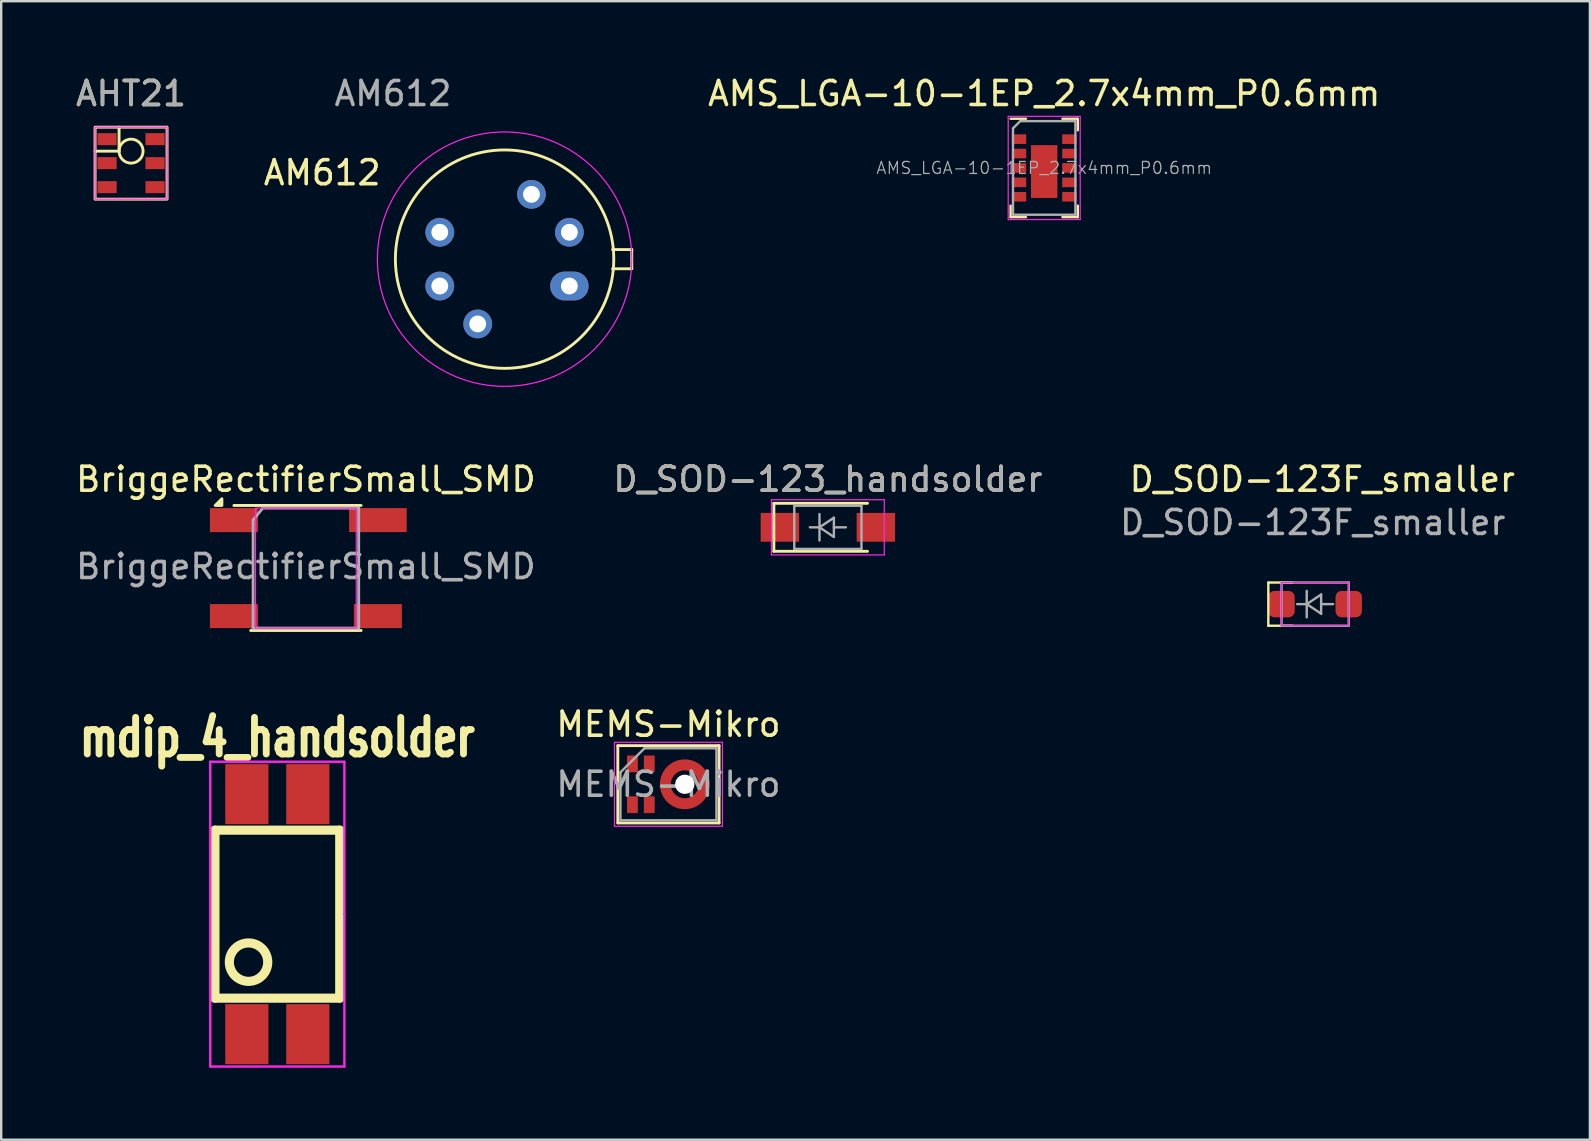
<source format=kicad_pcb>
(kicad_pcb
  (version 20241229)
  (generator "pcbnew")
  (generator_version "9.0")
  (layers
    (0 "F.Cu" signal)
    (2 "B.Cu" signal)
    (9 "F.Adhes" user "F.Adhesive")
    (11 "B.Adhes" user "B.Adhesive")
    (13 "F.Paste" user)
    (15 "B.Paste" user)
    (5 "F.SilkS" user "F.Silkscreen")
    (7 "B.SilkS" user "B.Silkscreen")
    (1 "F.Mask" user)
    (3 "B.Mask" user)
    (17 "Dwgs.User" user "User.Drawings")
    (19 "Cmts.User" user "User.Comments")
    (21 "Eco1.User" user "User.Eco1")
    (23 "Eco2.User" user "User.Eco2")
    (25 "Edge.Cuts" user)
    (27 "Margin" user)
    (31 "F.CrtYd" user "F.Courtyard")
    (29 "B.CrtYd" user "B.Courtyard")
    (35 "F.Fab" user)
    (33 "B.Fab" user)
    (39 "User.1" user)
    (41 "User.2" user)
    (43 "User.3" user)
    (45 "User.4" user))
  (footprint "D_SOD-123F_smaller"
    (layer "F.Cu")
    (at 51.749 22.122)
    (property "Reference" "D_SOD-123F_smaller" (at 0.3 -5.2 0) (layer "F.SilkS") (effects (font (size 1 1) (thickness 0.15))))
    (attr smd)
    (fp_line (start -1.95 -0.9) (end -1.95 0.9) (stroke (width 0.1) (type default)) (layer "F.SilkS"))
    (fp_line (start -1.95 0.9) (end -0.95 0.9) (stroke (width 0.1) (type default)) (layer "F.SilkS"))
    (fp_line (start -0.95 -0.9) (end -1.95 -0.9) (stroke (width 0.1) (type default)) (layer "F.SilkS"))
    (fp_rect (start -1.4 -0.9) (end 1.4 0.9) (stroke (width 0.05) (type default)) (fill no) (layer "F.CrtYd"))
    (fp_line (start -1.4 -0.9) (end 1.4 -0.9) (stroke (width 0.1) (type solid)) (layer "F.Fab"))
    (fp_line (start -1.4 0.9) (end -1.4 -0.9) (stroke (width 0.1) (type solid)) (layer "F.Fab"))
    (fp_line (start -0.75 0) (end -0.35 0) (stroke (width 0.1) (type solid)) (layer "F.Fab"))
    (fp_line (start -0.35 0) (end -0.35 -0.55) (stroke (width 0.1) (type solid)) (layer "F.Fab"))
    (fp_line (start -0.35 0) (end -0.35 0.55) (stroke (width 0.1) (type solid)) (layer "F.Fab"))
    (fp_line (start -0.35 0) (end 0.25 -0.4) (stroke (width 0.1) (type solid)) (layer "F.Fab"))
    (fp_line (start 0.25 -0.4) (end 0.25 0.4) (stroke (width 0.1) (type solid)) (layer "F.Fab"))
    (fp_line (start 0.25 0) (end 0.75 0) (stroke (width 0.1) (type solid)) (layer "F.Fab"))
    (fp_line (start 0.25 0.4) (end -0.35 0) (stroke (width 0.1) (type solid)) (layer "F.Fab"))
    (fp_line (start 1.4 -0.9) (end 1.4 0.9) (stroke (width 0.1) (type solid)) (layer "F.Fab"))
    (fp_line (start 1.4 0.9) (end -1.4 0.9) (stroke (width 0.1) (type solid)) (layer "F.Fab"))
    (fp_text user "${REFERENCE}" (at -0.1 -3.4 0) (layer "F.Fab") (effects (font (size 1 1) (thickness 0.15))))
    (pad "1" smd roundrect (at -1.4 0) (size 1.1 1.1) (layers "F.Cu" "F.Mask" "F.Paste") (roundrect_rratio 0.227))
    (pad "2" smd roundrect (at 1.4 0) (size 1.1 1.1) (layers "F.Cu" "F.Mask" "F.Paste") (roundrect_rratio 0.227)))
  (footprint "AM612"
    (layer "F.Cu")
    (at 17.975 7.748)
    (property "Reference" "AM612" (at -7.6 -3.6 0) (unlocked yes) (layer "F.SilkS") (effects (font (size 1 1) (thickness 0.15))))
    (attr through_hole)
    (fp_line (start 4.5 -0.4) (end 5.3 -0.4) (stroke (width 0.12) (type solid)) (layer "F.SilkS"))
    (fp_line (start 5.3 -0.4) (end 5.3 0.4) (stroke (width 0.12) (type solid)) (layer "F.SilkS"))
    (fp_line (start 5.3 0.4) (end 4.5 0.4) (stroke (width 0.12) (type solid)) (layer "F.SilkS"))
    (fp_circle (center 0 0) (end 0 -4.55) (stroke (width 0.12) (type solid)) (fill no) (layer "F.SilkS"))
    (fp_circle (center 0 0) (end 0 -5.3) (stroke (width 0.05) (type solid)) (fill no) (layer "F.CrtYd"))
    (fp_text user "${REFERENCE}" (at -4.65 -6.9 0) (unlocked yes) (layer "F.Fab") (effects (font (size 1 1) (thickness 0.15))))
    (pad "1" thru_hole oval (at 2.7 1.12) (size 1.6 1.2) (drill 0.7) (layers "*.Cu" "*.Mask"))
    (pad "2" thru_hole circle (at 2.7 -1.12) (size 1.2 1.2) (drill 0.7) (layers "*.Cu" "*.Mask"))
    (pad "3" thru_hole circle (at 1.12 -2.7) (size 1.2 1.2) (drill 0.7) (layers "*.Cu" "*.Mask"))
    (pad "4" thru_hole circle (at -2.7 -1.12) (size 1.2 1.2) (drill 0.7) (layers "*.Cu" "*.Mask"))
    (pad "5" thru_hole circle (at -2.7 1.12) (size 1.2 1.2) (drill 0.7) (layers "*.Cu" "*.Mask"))
    (pad "6" thru_hole circle (at -1.12 2.7) (size 1.2 1.2) (drill 0.7) (layers "*.Cu" "*.Mask")))
  (footprint "AMS_LGA-10-1EP_2.7x4mm_P0.6mm"
    (layer "F.Cu")
    (at 40.46 3.948)
    (property "Reference" "AMS_LGA-10-1EP_2.7x4mm_P0.6mm" (at 0 -3.1 0) (layer "F.SilkS") (effects (font (size 1 1) (thickness 0.15))))
    (attr smd)
    (fp_line (start -1.4 -2.05) (end -0.76 -2.05) (stroke (width 0.1) (type solid)) (layer "F.SilkS"))
    (fp_line (start -1.4 1.57) (end -1.4 2.05) (stroke (width 0.1) (type solid)) (layer "F.SilkS"))
    (fp_line (start -1.4 2.05) (end -0.76 2.05) (stroke (width 0.1) (type solid)) (layer "F.SilkS"))
    (fp_line (start 0.76 -2.05) (end 1.4 -2.05) (stroke (width 0.1) (type solid)) (layer "F.SilkS"))
    (fp_line (start 0.76 2.05) (end 1.4 2.05) (stroke (width 0.1) (type solid)) (layer "F.SilkS"))
    (fp_line (start 1.4 -2.05) (end 1.4 -1.57) (stroke (width 0.1) (type solid)) (layer "F.SilkS"))
    (fp_line (start 1.4 1.57) (end 1.4 2.05) (stroke (width 0.1) (type solid)) (layer "F.SilkS"))
    (fp_line (start -1.5 -2.15) (end 1.5 -2.15) (stroke (width 0.05) (type solid)) (layer "F.CrtYd"))
    (fp_line (start -1.5 2.15) (end -1.5 -2.15) (stroke (width 0.05) (type solid)) (layer "F.CrtYd"))
    (fp_line (start 1.5 -2.15) (end 1.5 2.15) (stroke (width 0.05) (type solid)) (layer "F.CrtYd"))
    (fp_line (start 1.5 2.15) (end -1.5 2.15) (stroke (width 0.05) (type solid)) (layer "F.CrtYd"))
    (fp_line (start -1.3 -1.65) (end -1 -1.95) (stroke (width 0.1) (type solid)) (layer "F.Fab"))
    (fp_line (start -1.3 1.95) (end -1.3 -1.65) (stroke (width 0.1) (type solid)) (layer "F.Fab"))
    (fp_line (start -1 -1.95) (end 1.3 -1.95) (stroke (width 0.1) (type solid)) (layer "F.Fab"))
    (fp_line (start 1.3 -1.95) (end 1.3 1.95) (stroke (width 0.1) (type solid)) (layer "F.Fab"))
    (fp_line (start 1.3 1.95) (end -1.3 1.95) (stroke (width 0.1) (type solid)) (layer "F.Fab"))
    (fp_text user "${REFERENCE}" (at 0 0 0) (layer "F.Fab") (effects (font (size 0.5 0.5) (thickness 0.05))))
    (pad "1" smd rect (at -1.05 -1.2) (size 0.6 0.4) (layers "F.Cu" "F.Mask" "F.Paste"))
    (pad "2" smd rect (at -1.05 -0.6) (size 0.6 0.4) (layers "F.Cu" "F.Mask" "F.Paste"))
    (pad "3" smd rect (at -1.05 0) (size 0.6 0.4) (layers "F.Cu" "F.Mask" "F.Paste"))
    (pad "4" smd rect (at -1.05 0.6) (size 0.6 0.4) (layers "F.Cu" "F.Mask" "F.Paste"))
    (pad "5" smd rect (at -1.05 1.2) (size 0.6 0.4) (layers "F.Cu" "F.Mask" "F.Paste"))
    (pad "6" smd rect (at 1.05 1.2) (size 0.6 0.4) (layers "F.Cu" "F.Mask" "F.Paste"))
    (pad "7" smd rect (at 1.05 0.6) (size 0.6 0.4) (layers "F.Cu" "F.Mask" "F.Paste"))
    (pad "8" smd rect (at 1.05 0) (size 0.6 0.4) (layers "F.Cu" "F.Mask" "F.Paste"))
    (pad "9" smd rect (at 1.05 -0.6) (size 0.6 0.4) (layers "F.Cu" "F.Mask" "F.Paste"))
    (pad "10" smd rect (at 1.05 -1.2) (size 0.6 0.4) (layers "F.Cu" "F.Mask" "F.Paste"))
    (pad "11" smd rect (at 0 0.15) (size 1.1 2.2) (layers "F.Cu" "F.Mask" "F.Paste")))
  (footprint "AHT21"
    (layer "F.Cu")
    (at 2.411 3.748)
    (property "Reference" "AHT21" (at 0 -2.9 0) (unlocked yes) (layer "F.SilkS") (effects (font (size 1 1) (thickness 0.15))))
    (attr smd)
    (fp_line (start -1.5 -0.5) (end -0.5 -0.5) (stroke (width 0.12) (type solid)) (layer "F.SilkS"))
    (fp_line (start -0.5 -0.5) (end -0.5 -1.5) (stroke (width 0.12) (type solid)) (layer "F.SilkS"))
    (fp_rect (start -1.5 -1.5) (end 1.5 1.5) (stroke (width 0.12) (type solid)) (fill no) (layer "F.SilkS"))
    (fp_circle (center 0 -0.5) (end 0 -1) (stroke (width 0.12) (type solid)) (fill no) (layer "F.SilkS"))
    (fp_rect (start -1.5 -1.5) (end 1.5 1.5) (stroke (width 0.05) (type solid)) (fill no) (layer "F.CrtYd"))
    (fp_text user "${REFERENCE}" (at 0 -2.9 0) (unlocked yes) (layer "F.Fab") (effects (font (size 1 1) (thickness 0.15))))
    (pad "1" smd rect (at -1 -1) (size 0.8 0.5) (layers "F.Cu" "F.Mask" "F.Paste"))
    (pad "2" smd rect (at -1 0) (size 0.8 0.5) (layers "F.Cu" "F.Mask" "F.Paste"))
    (pad "3" smd rect (at -1 1) (size 0.8 0.5) (layers "F.Cu" "F.Mask" "F.Paste"))
    (pad "4" smd rect (at 1 1) (size 0.8 0.5) (layers "F.Cu" "F.Mask" "F.Paste"))
    (pad "5" smd rect (at 1 0) (size 0.8 0.5) (layers "F.Cu" "F.Mask" "F.Paste"))
    (pad "6" smd rect (at 1 -1) (size 0.8 0.5) (layers "F.Cu" "F.Mask" "F.Paste")))
  (footprint "MEMS-Mikro"
    (layer "F.Cu")
    (at 24.803 29.63)
    (property "Reference" "MEMS-Mikro" (at 0 -2.5 0) (layer "F.SilkS") (effects (font (size 1 1) (thickness 0.15))))
    (attr smd)
    (fp_line (start -2.11 -1.61) (end 2.11 -1.61) (stroke (width 0.12) (type solid)) (layer "F.SilkS"))
    (fp_line (start -2.11 1.61) (end -2.11 -1.61) (stroke (width 0.12) (type solid)) (layer "F.SilkS"))
    (fp_line (start 2.11 -1.61) (end 2.11 1.61) (stroke (width 0.12) (type solid)) (layer "F.SilkS"))
    (fp_line (start 2.11 1.61) (end -2.11 1.61) (stroke (width 0.12) (type solid)) (layer "F.SilkS"))
    (fp_line (start -2.25 -1.75) (end 2.25 -1.75) (stroke (width 0.05) (type solid)) (layer "F.CrtYd"))
    (fp_line (start -2.25 1.75) (end -2.25 -1.75) (stroke (width 0.05) (type solid)) (layer "F.CrtYd"))
    (fp_line (start 2.25 -1.75) (end 2.25 1.75) (stroke (width 0.05) (type solid)) (layer "F.CrtYd"))
    (fp_line (start 2.25 1.75) (end -2.25 1.75) (stroke (width 0.05) (type solid)) (layer "F.CrtYd"))
    (fp_line (start -2 -0.5) (end -1 -1.5) (stroke (width 0.1) (type solid)) (layer "F.Fab"))
    (fp_line (start -2 1.5) (end -2 -0.5) (stroke (width 0.1) (type solid)) (layer "F.Fab"))
    (fp_line (start -1 -1.5) (end 2 -1.5) (stroke (width 0.1) (type solid)) (layer "F.Fab"))
    (fp_line (start 2 -1.5) (end 2 1.5) (stroke (width 0.1) (type solid)) (layer "F.Fab"))
    (fp_line (start 2 1.5) (end -2 1.5) (stroke (width 0.1) (type solid)) (layer "F.Fab"))
    (fp_text user "${REFERENCE}" (at 0 0 0) (layer "F.Fab") (effects (font (size 1 1) (thickness 0.15))))
    (pad "" smd custom (at -1.5 -0.725) (size 0.3 0.3) (layers "F.Paste") (options (anchor circle)) (primitives (gr_poly (pts (xy 0.185 -0.327) (xy 0.141 -0.391) (xy 0.077 -0.435) (xy 0 -0.45) (xy -0.077 -0.435) (xy -0.141 -0.391) (xy -0.185 -0.327) (xy -0.2 -0.25) (xy -0.2 0) (xy -0.185 0.077) (xy -0.141 0.141) (xy -0.077 0.185) (xy 0 0.2) (xy 0.077 0.185) (xy 0.141 0.141) (xy 0.185 0.077) (xy 0.2 0) (xy 0.2 -0.25)) (width 0) (fill yes))))
    (pad "" smd custom (at -1.5 0.725) (size 0.3 0.3) (layers "F.Paste") (options (anchor circle)) (primitives (gr_poly (pts (xy 0.185 -0.077) (xy 0.141 -0.141) (xy 0.077 -0.185) (xy 0 -0.2) (xy -0.077 -0.185) (xy -0.141 -0.141) (xy -0.185 -0.077) (xy -0.2 0) (xy -0.2 0.25) (xy -0.185 0.327) (xy -0.141 0.391) (xy -0.077 0.435) (xy 0 0.45) (xy 0.077 0.435) (xy 0.141 0.391) (xy 0.185 0.327) (xy 0.2 0.25) (xy 0.2 0)) (width 0) (fill yes))))
    (pad "" smd custom (at -0.8 -0.725) (size 0.3 0.3) (layers "F.Paste") (options (anchor circle)) (primitives (gr_poly (pts (xy 0.185 -0.327) (xy 0.141 -0.391) (xy 0.077 -0.435) (xy 0 -0.45) (xy -0.077 -0.435) (xy -0.141 -0.391) (xy -0.185 -0.327) (xy -0.2 -0.25) (xy -0.2 0) (xy -0.185 0.077) (xy -0.141 0.141) (xy -0.077 0.185) (xy 0 0.2) (xy 0.077 0.185) (xy 0.141 0.141) (xy 0.185 0.077) (xy 0.2 0) (xy 0.2 -0.25)) (width 0) (fill yes))))
    (pad "" smd custom (at -0.8 0.725) (size 0.3 0.3) (layers "F.Paste") (options (anchor circle)) (primitives (gr_poly (pts (xy 0.185 -0.077) (xy 0.141 -0.141) (xy 0.077 -0.185) (xy 0 -0.2) (xy -0.077 -0.185) (xy -0.141 -0.141) (xy -0.185 -0.077) (xy -0.2 0) (xy -0.2 0.25) (xy -0.185 0.327) (xy -0.141 0.391) (xy -0.077 0.435) (xy 0 0.45) (xy 0.077 0.435) (xy 0.141 0.391) (xy 0.185 0.327) (xy 0.2 0.25) (xy 0.2 0)) (width 0) (fill yes))))
    (pad "" smd custom (at -0.12 0) (size 0.3 0.3) (layers "F.Paste") (options (anchor circle)) (primitives (gr_poly (pts (xy -0.093 -0.33) (xy -0.02 -0.36) (xy 0.058 -0.359) (xy 0.129 -0.328) (xy 0.184 -0.273) (xy 0.213 -0.2) (xy 0.213 -0.122) (xy 0.2 0) (xy 0.213 0.122) (xy 0.213 0.2) (xy 0.184 0.273) (xy 0.129 0.328) (xy 0.058 0.359) (xy -0.02 0.36) (xy -0.093 0.33) (xy -0.149 0.276) (xy -0.179 0.204) (xy -0.198 0.068) (xy -0.198 -0.068) (xy -0.179 -0.204) (xy -0.149 -0.276)) (width 0) (fill yes))))
    (pad "" smd custom (at 0.28 -0.693) (size 0.3 0.3) (layers "F.Paste") (options (anchor circle)) (primitives (gr_poly (pts (xy 0.24 -0.246) (xy 0.301 -0.198) (xy 0.34 -0.13) (xy 0.349 -0.052) (xy 0.328 0.023) (xy 0.28 0.085) (xy 0.212 0.123) (xy 0.1 0.173) (xy 0.000409 0.245) (xy -0.067 0.285) (xy -0.144 0.296) (xy -0.22 0.276) (xy -0.282 0.229) (xy -0.322 0.162) (xy -0.332 0.085) (xy -0.313 0.009) (xy -0.266 -0.053) (xy -0.158 -0.137) (xy -0.04 -0.205) (xy 0.087 -0.257) (xy 0.164 -0.266)) (width 0) (fill yes))))
    (pad "" smd custom (at 0.28 0.693) (size 0.3 0.3) (layers "F.Paste") (options (anchor circle)) (primitives (gr_poly (pts (xy -0.332 -0.085) (xy -0.322 -0.162) (xy -0.282 -0.229) (xy -0.22 -0.276) (xy -0.144 -0.296) (xy -0.067 -0.285) (xy 0.000389 -0.245) (xy 0.1 -0.173) (xy 0.212 -0.123) (xy 0.28 -0.085) (xy 0.328 -0.023) (xy 0.349 0.052) (xy 0.34 0.13) (xy 0.301 0.197) (xy 0.24 0.246) (xy 0.164 0.266) (xy 0.087 0.257) (xy -0.04 0.205) (xy -0.158 0.137) (xy -0.266 0.053) (xy -0.313 -0.009)) (width 0) (fill yes))))
    (pad "" np_thru_hole circle (at 0.68 0) (size 0.8 0.8) (drill 0.8) (layers "*.Cu" "*.Mask"))
    (pad "" smd custom (at 1.08 -0.693) (size 0.3 0.3) (layers "F.Paste") (options (anchor circle)) (primitives (gr_poly (pts (xy 0.332 0.085) (xy 0.322 0.162) (xy 0.282 0.229) (xy 0.22 0.276) (xy 0.144 0.296) (xy 0.067 0.285) (xy -0.000409 0.245) (xy -0.1 0.173) (xy -0.212 0.123) (xy -0.28 0.085) (xy -0.328 0.023) (xy -0.349 -0.052) (xy -0.34 -0.13) (xy -0.301 -0.198) (xy -0.24 -0.246) (xy -0.164 -0.266) (xy -0.087 -0.257) (xy 0.04 -0.205) (xy 0.158 -0.137) (xy 0.266 -0.053) (xy 0.313 0.009)) (width 0) (fill yes))))
    (pad "" smd custom (at 1.08 0.693) (size 0.3 0.3) (layers "F.Paste") (options (anchor circle)) (primitives (gr_poly (pts (xy -0.24 0.246) (xy -0.301 0.198) (xy -0.34 0.13) (xy -0.349 0.052) (xy -0.328 -0.023) (xy -0.28 -0.085) (xy -0.212 -0.123) (xy -0.1 -0.173) (xy -0.000411 -0.245) (xy 0.067 -0.285) (xy 0.144 -0.296) (xy 0.22 -0.276) (xy 0.282 -0.229) (xy 0.322 -0.162) (xy 0.332 -0.085) (xy 0.313 -0.009) (xy 0.266 0.053) (xy 0.158 0.137) (xy 0.04 0.205) (xy -0.087 0.257) (xy -0.164 0.266)) (width 0) (fill yes))))
    (pad "" smd custom (at 1.48 0) (size 0.3 0.3) (layers "F.Paste") (options (anchor circle)) (primitives (gr_poly (pts (xy 0.093 0.33) (xy 0.02 0.36) (xy -0.058 0.359) (xy -0.129 0.328) (xy -0.184 0.273) (xy -0.213 0.2) (xy -0.213 0.122) (xy -0.2 0) (xy -0.213 -0.122) (xy -0.213 -0.2) (xy -0.184 -0.273) (xy -0.129 -0.328) (xy -0.058 -0.359) (xy 0.02 -0.36) (xy 0.093 -0.33) (xy 0.149 -0.276) (xy 0.179 -0.204) (xy 0.198 -0.068) (xy 0.198 0.068) (xy 0.179 0.204) (xy 0.149 0.276)) (width 0) (fill yes))))
    (pad "1" smd rect (at -1.5 -0.85) (size 0.45 0.7) (layers "F.Cu" "F.Mask"))
    (pad "2" smd rect (at -0.8 -0.85) (size 0.45 0.7) (layers "F.Cu" "F.Mask"))
    (pad "3" smd rect (at -1.5 0.85) (size 0.45 0.7) (layers "F.Cu" "F.Mask"))
    (pad "4" smd rect (at -0.8 0.85) (size 0.45 0.7) (layers "F.Cu" "F.Mask"))
    (pad "5" smd custom (at 0.68 -0.81) (size 0.4 0.4) (layers "F.Cu" "F.Mask") (options (anchor circle)) (primitives (gr_circle (center 0 0.81) (end 0.81 0.81) (width 0.46) (fill no)))))
  (footprint "mdip_4_handsolder"
    (layer "F.Cu")
    (at 8.506 35.041)
    (property "Reference" "mdip_4_handsolder" (at 0 -7.366 0) (layer "F.SilkS") (effects (font (size 1.524 1.143) (thickness 0.287))))
    (attr through_hole)
    (fp_line (start -2.6 -3.5) (end -2.6 3.5) (stroke (width 0.381) (type solid)) (layer "F.SilkS"))
    (fp_line (start -2.6 3.5) (end 2.6 3.5) (stroke (width 0.381) (type solid)) (layer "F.SilkS"))
    (fp_line (start 2.6 -3.5) (end -2.6 -3.5) (stroke (width 0.381) (type solid)) (layer "F.SilkS"))
    (fp_line (start 2.6 3.5) (end 2.6 -3.5) (stroke (width 0.381) (type solid)) (layer "F.SilkS"))
    (fp_circle (center -1.2 2) (end -2 2) (stroke (width 0.381) (type solid)) (fill no) (layer "F.SilkS"))
    (fp_line (start -2.794 -6.35) (end -2.794 6.35) (stroke (width 0.1) (type solid)) (layer "F.CrtYd"))
    (fp_line (start -2.794 6.35) (end 2.794 6.35) (stroke (width 0.1) (type solid)) (layer "F.CrtYd"))
    (fp_line (start 2.794 -6.35) (end -2.794 -6.35) (stroke (width 0.1) (type solid)) (layer "F.CrtYd"))
    (fp_line (start 2.794 0) (end 2.794 -6.35) (stroke (width 0.1) (type solid)) (layer "F.CrtYd"))
    (fp_line (start 2.794 6.35) (end 2.794 0) (stroke (width 0.1) (type solid)) (layer "F.CrtYd"))
    (pad "1" smd rect (at -1.27 5) (size 1.8 2.5) (layers "F.Cu" "F.Mask" "F.Paste"))
    (pad "2" smd rect (at 1.27 5) (size 1.8 2.5) (layers "F.Cu" "F.Mask" "F.Paste"))
    (pad "3" smd rect (at 1.27 -5) (size 1.8 2.5) (layers "F.Cu" "F.Mask" "F.Paste"))
    (pad "4" smd rect (at -1.27 -5) (size 1.8 2.5) (layers "F.Cu" "F.Mask" "F.Paste")))
  (footprint "D_SOD-123_handsolder"
    (layer "F.Cu")
    (at 31.446 18.922)
    (property "Reference" "D_SOD-123_handsolder" (at 0 -2 0) (layer "F.SilkS") (effects (font (size 1 1) (thickness 0.15))))
    (attr smd)
    (fp_line (start -2.25 -1) (end -2.25 1) (stroke (width 0.12) (type solid)) (layer "F.SilkS"))
    (fp_line (start -2.25 -1) (end 1.65 -1) (stroke (width 0.12) (type solid)) (layer "F.SilkS"))
    (fp_line (start -2.25 1) (end 1.65 1) (stroke (width 0.12) (type solid)) (layer "F.SilkS"))
    (fp_line (start -2.35 -1.15) (end -2.35 1.15) (stroke (width 0.05) (type solid)) (layer "F.CrtYd"))
    (fp_line (start -2.35 -1.15) (end 2.35 -1.15) (stroke (width 0.05) (type solid)) (layer "F.CrtYd"))
    (fp_line (start 2.35 -1.15) (end 2.35 1.15) (stroke (width 0.05) (type solid)) (layer "F.CrtYd"))
    (fp_line (start 2.35 1.15) (end -2.35 1.15) (stroke (width 0.05) (type solid)) (layer "F.CrtYd"))
    (fp_line (start -1.4 -0.9) (end 1.4 -0.9) (stroke (width 0.1) (type solid)) (layer "F.Fab"))
    (fp_line (start -1.4 0.9) (end -1.4 -0.9) (stroke (width 0.1) (type solid)) (layer "F.Fab"))
    (fp_line (start -0.75 0) (end -0.35 0) (stroke (width 0.1) (type solid)) (layer "F.Fab"))
    (fp_line (start -0.35 0) (end -0.35 -0.55) (stroke (width 0.1) (type solid)) (layer "F.Fab"))
    (fp_line (start -0.35 0) (end -0.35 0.55) (stroke (width 0.1) (type solid)) (layer "F.Fab"))
    (fp_line (start -0.35 0) (end 0.25 -0.4) (stroke (width 0.1) (type solid)) (layer "F.Fab"))
    (fp_line (start 0.25 -0.4) (end 0.25 0.4) (stroke (width 0.1) (type solid)) (layer "F.Fab"))
    (fp_line (start 0.25 0) (end 0.75 0) (stroke (width 0.1) (type solid)) (layer "F.Fab"))
    (fp_line (start 0.25 0.4) (end -0.35 0) (stroke (width 0.1) (type solid)) (layer "F.Fab"))
    (fp_line (start 1.4 -0.9) (end 1.4 0.9) (stroke (width 0.1) (type solid)) (layer "F.Fab"))
    (fp_line (start 1.4 0.9) (end -1.4 0.9) (stroke (width 0.1) (type solid)) (layer "F.Fab"))
    (fp_text user "${REFERENCE}" (at 0 -2 0) (layer "F.Fab") (effects (font (size 1 1) (thickness 0.15))))
    (pad "1" smd rect (at -2 0) (size 1.6 1.2) (layers "F.Cu" "F.Mask" "F.Paste"))
    (pad "2" smd rect (at 2 0) (size 1.6 1.2) (layers "F.Cu" "F.Mask" "F.Paste")))
  (footprint "BriggeRectifierSmall_SMD"
    (layer "F.Cu")
    (at 9.696 20.622)
    (property "Reference" "BriggeRectifierSmall_SMD" (at 0 -3.7 0) (layer "F.SilkS") (effects (font (size 1 1) (thickness 0.15))))
    (attr smd)
    (fp_line (start 2.3 -2.61) (end -3 -2.61) (stroke (width 0.12) (type solid)) (layer "F.SilkS"))
    (fp_line (start 2.3 2.6) (end -2.3 2.6) (stroke (width 0.12) (type solid)) (layer "F.SilkS"))
    (fp_poly (pts (xy -3.5 -2.61) (xy -3.78 -2.61) (xy -3.5 -2.89) (xy -3.5 -2.61)) (stroke (width 0.12) (type solid)) (fill yes) (layer "F.SilkS"))
    (fp_rect (start -2.1 -2.5) (end 2.1 2.5) (stroke (width 0.05) (type default)) (fill no) (layer "F.CrtYd"))
    (fp_line (start -2.2 -2) (end -2.2 2.5) (stroke (width 0.12) (type solid)) (layer "F.Fab"))
    (fp_line (start -2.2 2.5) (end 2.2 2.5) (stroke (width 0.12) (type solid)) (layer "F.Fab"))
    (fp_line (start -1.8 -2.5) (end -2.2 -2) (stroke (width 0.12) (type solid)) (layer "F.Fab"))
    (fp_line (start 2.2 -2.5) (end -1.8 -2.5) (stroke (width 0.12) (type solid)) (layer "F.Fab"))
    (fp_line (start 2.2 2.5) (end 2.2 -2.5) (stroke (width 0.12) (type solid)) (layer "F.Fab"))
    (fp_text user "${REFERENCE}" (at 0 -0.065 0) (layer "F.Fab") (effects (font (size 1 1) (thickness 0.15))))
    (pad "1" smd rect (at -3 -2) (size 2 1) (layers "F.Cu" "F.Mask" "F.Paste"))
    (pad "2" smd rect (at -3 2) (size 2 1) (layers "F.Cu" "F.Mask" "F.Paste"))
    (pad "3" smd rect (at 3 2) (size 2 1) (layers "F.Cu" "F.Mask" "F.Paste"))
    (pad "4" smd rect (at 3 -2) (size 2.4 1) (layers "F.Cu" "F.Mask" "F.Paste")))
  (gr_rect
    (start -3 -3)
    (end 63.198 44.441)
    (stroke (width 0.1) (type default))
    (fill no)
    (layer "Edge.Cuts")))
</source>
